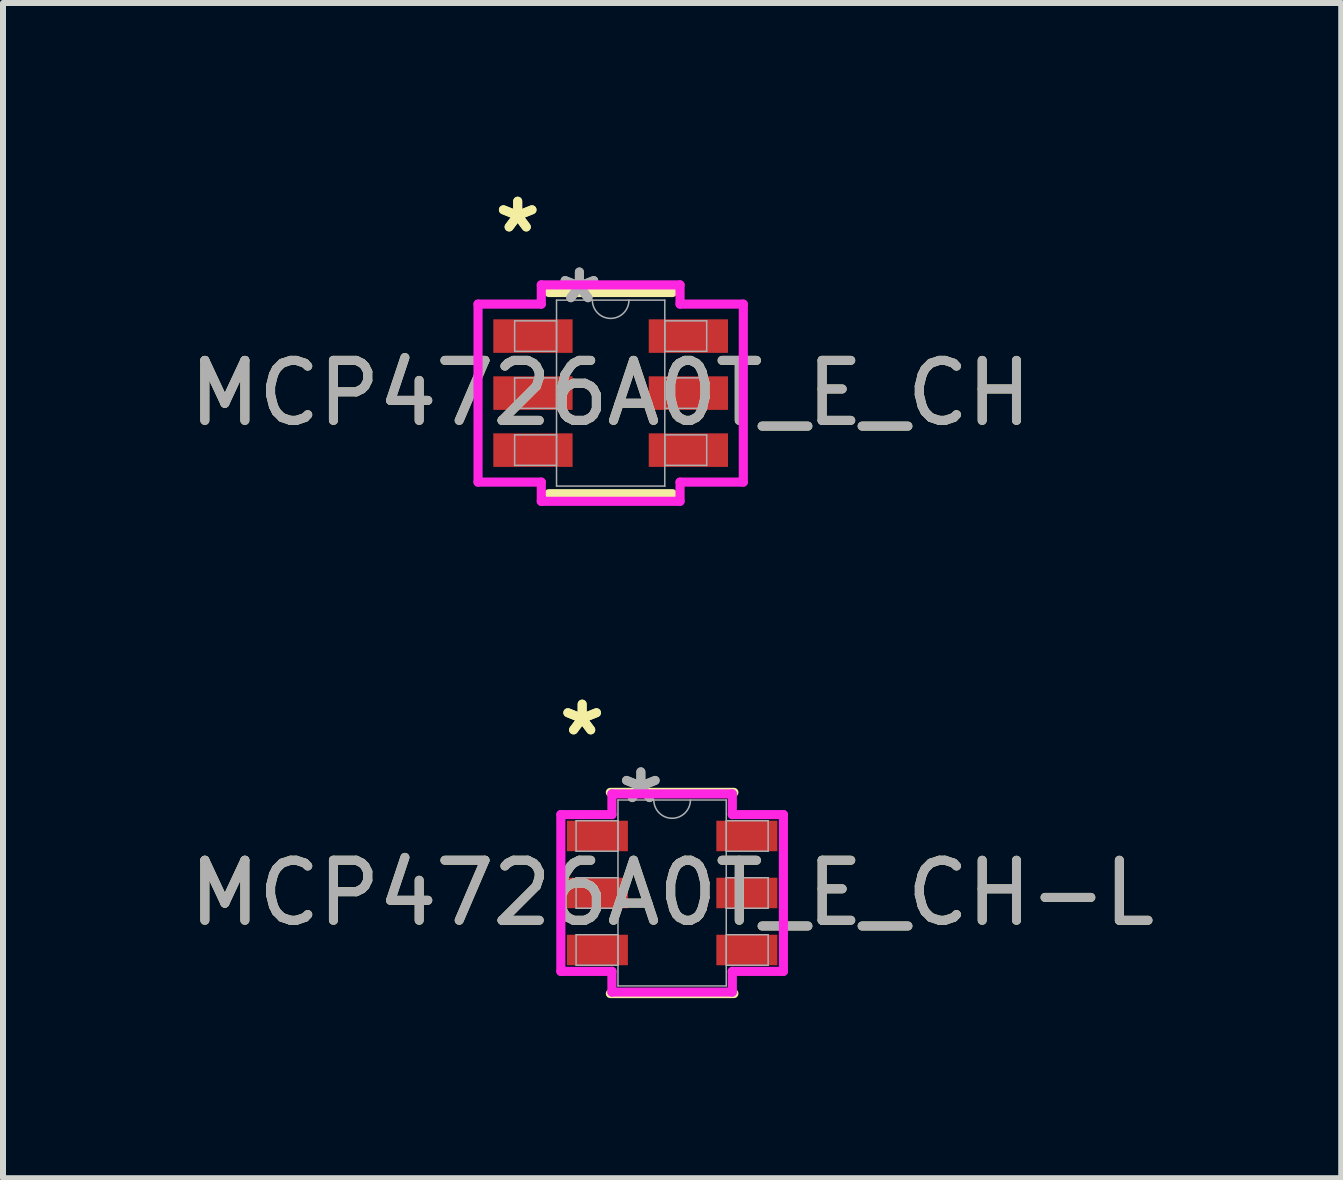
<source format=kicad_pcb>
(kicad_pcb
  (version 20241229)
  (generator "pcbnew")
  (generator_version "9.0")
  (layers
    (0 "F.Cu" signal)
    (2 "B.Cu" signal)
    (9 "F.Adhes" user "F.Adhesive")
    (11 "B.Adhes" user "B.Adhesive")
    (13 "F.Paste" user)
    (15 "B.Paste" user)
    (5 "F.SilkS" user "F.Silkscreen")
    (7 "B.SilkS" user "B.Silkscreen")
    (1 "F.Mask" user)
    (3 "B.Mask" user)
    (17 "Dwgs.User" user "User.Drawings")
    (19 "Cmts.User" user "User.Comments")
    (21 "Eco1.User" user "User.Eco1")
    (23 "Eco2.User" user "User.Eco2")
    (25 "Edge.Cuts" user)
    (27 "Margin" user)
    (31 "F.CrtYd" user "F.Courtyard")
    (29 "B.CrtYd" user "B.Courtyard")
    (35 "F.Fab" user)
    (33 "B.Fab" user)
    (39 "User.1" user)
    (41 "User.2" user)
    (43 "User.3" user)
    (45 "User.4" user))
  (footprint "MCP4726A0T_E_CH-L"
    (layer "F.Cu")
    (at 8.149 11.829)
    (property "Reference" "MCP4726A0T_E_CH-L" (at 0 0 0) (unlocked yes) (layer "F.SilkS") (effects (font (size 1 1) (thickness 0.15))))
    (attr smd)
    (fp_line (start -1.029 1.676) (end 1.029 1.676) (stroke (width 0.152) (type solid)) (layer "F.SilkS"))
    (fp_line (start 1.029 -1.676) (end -1.029 -1.676) (stroke (width 0.152) (type solid)) (layer "F.SilkS"))
    (fp_line (start -1.854 -1.306) (end -1.003 -1.306) (stroke (width 0.152) (type solid)) (layer "F.CrtYd"))
    (fp_line (start -1.854 1.306) (end -1.854 -1.306) (stroke (width 0.152) (type solid)) (layer "F.CrtYd"))
    (fp_line (start -1.854 1.306) (end -1.003 1.306) (stroke (width 0.152) (type solid)) (layer "F.CrtYd"))
    (fp_line (start -1.003 -1.651) (end 1.003 -1.651) (stroke (width 0.152) (type solid)) (layer "F.CrtYd"))
    (fp_line (start -1.003 -1.306) (end -1.003 -1.651) (stroke (width 0.152) (type solid)) (layer "F.CrtYd"))
    (fp_line (start -1.003 1.651) (end -1.003 1.306) (stroke (width 0.152) (type solid)) (layer "F.CrtYd"))
    (fp_line (start 1.003 -1.651) (end 1.003 -1.306) (stroke (width 0.152) (type solid)) (layer "F.CrtYd"))
    (fp_line (start 1.003 1.306) (end 1.003 1.651) (stroke (width 0.152) (type solid)) (layer "F.CrtYd"))
    (fp_line (start 1.003 1.651) (end -1.003 1.651) (stroke (width 0.152) (type solid)) (layer "F.CrtYd"))
    (fp_line (start 1.854 -1.306) (end 1.003 -1.306) (stroke (width 0.152) (type solid)) (layer "F.CrtYd"))
    (fp_line (start 1.854 -1.306) (end 1.854 1.306) (stroke (width 0.152) (type solid)) (layer "F.CrtYd"))
    (fp_line (start 1.854 1.306) (end 1.003 1.306) (stroke (width 0.152) (type solid)) (layer "F.CrtYd"))
    (fp_line (start -1.6 -1.204) (end -1.6 -0.696) (stroke (width 0.025) (type solid)) (layer "F.Fab"))
    (fp_line (start -1.6 -0.696) (end -0.902 -0.696) (stroke (width 0.025) (type solid)) (layer "F.Fab"))
    (fp_line (start -1.6 -0.254) (end -1.6 0.254) (stroke (width 0.025) (type solid)) (layer "F.Fab"))
    (fp_line (start -1.6 0.254) (end -0.902 0.254) (stroke (width 0.025) (type solid)) (layer "F.Fab"))
    (fp_line (start -1.6 0.696) (end -1.6 1.204) (stroke (width 0.025) (type solid)) (layer "F.Fab"))
    (fp_line (start -1.6 1.204) (end -0.902 1.204) (stroke (width 0.025) (type solid)) (layer "F.Fab"))
    (fp_line (start -0.902 -1.549) (end -0.902 1.549) (stroke (width 0.025) (type solid)) (layer "F.Fab"))
    (fp_line (start -0.902 -1.204) (end -1.6 -1.204) (stroke (width 0.025) (type solid)) (layer "F.Fab"))
    (fp_line (start -0.902 -0.696) (end -0.902 -1.204) (stroke (width 0.025) (type solid)) (layer "F.Fab"))
    (fp_line (start -0.902 -0.254) (end -1.6 -0.254) (stroke (width 0.025) (type solid)) (layer "F.Fab"))
    (fp_line (start -0.902 0.254) (end -0.902 -0.254) (stroke (width 0.025) (type solid)) (layer "F.Fab"))
    (fp_line (start -0.902 0.696) (end -1.6 0.696) (stroke (width 0.025) (type solid)) (layer "F.Fab"))
    (fp_line (start -0.902 1.204) (end -0.902 0.696) (stroke (width 0.025) (type solid)) (layer "F.Fab"))
    (fp_line (start -0.902 1.549) (end 0.902 1.549) (stroke (width 0.025) (type solid)) (layer "F.Fab"))
    (fp_line (start 0.902 -1.549) (end -0.902 -1.549) (stroke (width 0.025) (type solid)) (layer "F.Fab"))
    (fp_line (start 0.902 -1.204) (end 0.902 -0.696) (stroke (width 0.025) (type solid)) (layer "F.Fab"))
    (fp_line (start 0.902 -0.696) (end 1.6 -0.696) (stroke (width 0.025) (type solid)) (layer "F.Fab"))
    (fp_line (start 0.902 -0.254) (end 0.902 0.254) (stroke (width 0.025) (type solid)) (layer "F.Fab"))
    (fp_line (start 0.902 0.254) (end 1.6 0.254) (stroke (width 0.025) (type solid)) (layer "F.Fab"))
    (fp_line (start 0.902 0.696) (end 0.902 1.204) (stroke (width 0.025) (type solid)) (layer "F.Fab"))
    (fp_line (start 0.902 1.204) (end 1.6 1.204) (stroke (width 0.025) (type solid)) (layer "F.Fab"))
    (fp_line (start 0.902 1.549) (end 0.902 -1.549) (stroke (width 0.025) (type solid)) (layer "F.Fab"))
    (fp_line (start 1.6 -1.204) (end 0.902 -1.204) (stroke (width 0.025) (type solid)) (layer "F.Fab"))
    (fp_line (start 1.6 -0.696) (end 1.6 -1.204) (stroke (width 0.025) (type solid)) (layer "F.Fab"))
    (fp_line (start 1.6 -0.254) (end 0.902 -0.254) (stroke (width 0.025) (type solid)) (layer "F.Fab"))
    (fp_line (start 1.6 0.254) (end 1.6 -0.254) (stroke (width 0.025) (type solid)) (layer "F.Fab"))
    (fp_line (start 1.6 0.696) (end 0.902 0.696) (stroke (width 0.025) (type solid)) (layer "F.Fab"))
    (fp_line (start 1.6 1.204) (end 1.6 0.696) (stroke (width 0.025) (type solid)) (layer "F.Fab"))
    (fp_arc (start 0.3048 -1.5494) (mid 0 -1.2446) (end -0.3048 -1.5494) (stroke (width 0.0254) (type solid)) (layer "F.Fab"))
    (fp_text user "*" (at -1.499 -2.601 0) (layer "F.SilkS") (effects (font (size 1 1) (thickness 0.15))))
    (fp_text user "*" (at -1.499 -2.601 0) (unlocked yes) (layer "F.SilkS") (effects (font (size 1 1) (thickness 0.15))))
    (fp_text user "*" (at -0.521 -1.473 0) (layer "F.Fab") (effects (font (size 1 1) (thickness 0.15))))
    (fp_text user "*" (at -0.521 -1.473 0) (unlocked yes) (layer "F.Fab") (effects (font (size 1 1) (thickness 0.15))))
    (fp_text user "${REFERENCE}" (at 0 0 0) (unlocked yes) (layer "F.Fab") (effects (font (size 1 1) (thickness 0.15))))
    (pad "1" smd rect (at -1.245 -0.95) (size 1.016 0.508) (layers "F.Cu" "F.Mask" "F.Paste"))
    (pad "2" smd rect (at -1.245 0) (size 1.016 0.508) (layers "F.Cu" "F.Mask" "F.Paste"))
    (pad "3" smd rect (at -1.245 0.95) (size 1.016 0.508) (layers "F.Cu" "F.Mask" "F.Paste"))
    (pad "4" smd rect (at 1.245 0.95) (size 1.016 0.508) (layers "F.Cu" "F.Mask" "F.Paste"))
    (pad "5" smd rect (at 1.245 0) (size 1.016 0.508) (layers "F.Cu" "F.Mask" "F.Paste"))
    (pad "6" smd rect (at 1.245 -0.95) (size 1.016 0.508) (layers "F.Cu" "F.Mask" "F.Paste")))
  (footprint "MCP4726A0T_E_CH"
    (layer "F.Cu")
    (at 7.125 3.5)
    (property "Reference" "MCP4726A0T_E_CH" (at 0 0 0) (unlocked yes) (layer "F.SilkS") (effects (font (size 1 1) (thickness 0.15))))
    (attr smd)
    (fp_line (start -1.029 1.676) (end 1.029 1.676) (stroke (width 0.152) (type solid)) (layer "F.SilkS"))
    (fp_line (start 1.029 -1.676) (end -1.029 -1.676) (stroke (width 0.152) (type solid)) (layer "F.SilkS"))
    (fp_line (start -2.21 -1.483) (end -1.156 -1.483) (stroke (width 0.152) (type solid)) (layer "F.CrtYd"))
    (fp_line (start -2.21 1.483) (end -2.21 -1.483) (stroke (width 0.152) (type solid)) (layer "F.CrtYd"))
    (fp_line (start -2.21 1.483) (end -1.156 1.483) (stroke (width 0.152) (type solid)) (layer "F.CrtYd"))
    (fp_line (start -1.156 -1.803) (end 1.156 -1.803) (stroke (width 0.152) (type solid)) (layer "F.CrtYd"))
    (fp_line (start -1.156 -1.483) (end -1.156 -1.803) (stroke (width 0.152) (type solid)) (layer "F.CrtYd"))
    (fp_line (start -1.156 1.803) (end -1.156 1.483) (stroke (width 0.152) (type solid)) (layer "F.CrtYd"))
    (fp_line (start 1.156 -1.803) (end 1.156 -1.483) (stroke (width 0.152) (type solid)) (layer "F.CrtYd"))
    (fp_line (start 1.156 1.483) (end 1.156 1.803) (stroke (width 0.152) (type solid)) (layer "F.CrtYd"))
    (fp_line (start 1.156 1.803) (end -1.156 1.803) (stroke (width 0.152) (type solid)) (layer "F.CrtYd"))
    (fp_line (start 2.21 -1.483) (end 1.156 -1.483) (stroke (width 0.152) (type solid)) (layer "F.CrtYd"))
    (fp_line (start 2.21 -1.483) (end 2.21 1.483) (stroke (width 0.152) (type solid)) (layer "F.CrtYd"))
    (fp_line (start 2.21 1.483) (end 1.156 1.483) (stroke (width 0.152) (type solid)) (layer "F.CrtYd"))
    (fp_line (start -1.6 -1.204) (end -1.6 -0.696) (stroke (width 0.025) (type solid)) (layer "F.Fab"))
    (fp_line (start -1.6 -0.696) (end -0.902 -0.696) (stroke (width 0.025) (type solid)) (layer "F.Fab"))
    (fp_line (start -1.6 -0.254) (end -1.6 0.254) (stroke (width 0.025) (type solid)) (layer "F.Fab"))
    (fp_line (start -1.6 0.254) (end -0.902 0.254) (stroke (width 0.025) (type solid)) (layer "F.Fab"))
    (fp_line (start -1.6 0.696) (end -1.6 1.204) (stroke (width 0.025) (type solid)) (layer "F.Fab"))
    (fp_line (start -1.6 1.204) (end -0.902 1.204) (stroke (width 0.025) (type solid)) (layer "F.Fab"))
    (fp_line (start -0.902 -1.549) (end -0.902 1.549) (stroke (width 0.025) (type solid)) (layer "F.Fab"))
    (fp_line (start -0.902 -1.204) (end -1.6 -1.204) (stroke (width 0.025) (type solid)) (layer "F.Fab"))
    (fp_line (start -0.902 -0.696) (end -0.902 -1.204) (stroke (width 0.025) (type solid)) (layer "F.Fab"))
    (fp_line (start -0.902 -0.254) (end -1.6 -0.254) (stroke (width 0.025) (type solid)) (layer "F.Fab"))
    (fp_line (start -0.902 0.254) (end -0.902 -0.254) (stroke (width 0.025) (type solid)) (layer "F.Fab"))
    (fp_line (start -0.902 0.696) (end -1.6 0.696) (stroke (width 0.025) (type solid)) (layer "F.Fab"))
    (fp_line (start -0.902 1.204) (end -0.902 0.696) (stroke (width 0.025) (type solid)) (layer "F.Fab"))
    (fp_line (start -0.902 1.549) (end 0.902 1.549) (stroke (width 0.025) (type solid)) (layer "F.Fab"))
    (fp_line (start 0.902 -1.549) (end -0.902 -1.549) (stroke (width 0.025) (type solid)) (layer "F.Fab"))
    (fp_line (start 0.902 -1.204) (end 0.902 -0.696) (stroke (width 0.025) (type solid)) (layer "F.Fab"))
    (fp_line (start 0.902 -0.696) (end 1.6 -0.696) (stroke (width 0.025) (type solid)) (layer "F.Fab"))
    (fp_line (start 0.902 -0.254) (end 0.902 0.254) (stroke (width 0.025) (type solid)) (layer "F.Fab"))
    (fp_line (start 0.902 0.254) (end 1.6 0.254) (stroke (width 0.025) (type solid)) (layer "F.Fab"))
    (fp_line (start 0.902 0.696) (end 0.902 1.204) (stroke (width 0.025) (type solid)) (layer "F.Fab"))
    (fp_line (start 0.902 1.204) (end 1.6 1.204) (stroke (width 0.025) (type solid)) (layer "F.Fab"))
    (fp_line (start 0.902 1.549) (end 0.902 -1.549) (stroke (width 0.025) (type solid)) (layer "F.Fab"))
    (fp_line (start 1.6 -1.204) (end 0.902 -1.204) (stroke (width 0.025) (type solid)) (layer "F.Fab"))
    (fp_line (start 1.6 -0.696) (end 1.6 -1.204) (stroke (width 0.025) (type solid)) (layer "F.Fab"))
    (fp_line (start 1.6 -0.254) (end 0.902 -0.254) (stroke (width 0.025) (type solid)) (layer "F.Fab"))
    (fp_line (start 1.6 0.254) (end 1.6 -0.254) (stroke (width 0.025) (type solid)) (layer "F.Fab"))
    (fp_line (start 1.6 0.696) (end 0.902 0.696) (stroke (width 0.025) (type solid)) (layer "F.Fab"))
    (fp_line (start 1.6 1.204) (end 1.6 0.696) (stroke (width 0.025) (type solid)) (layer "F.Fab"))
    (fp_arc (start 0.3048 -1.5494) (mid 0 -1.2446) (end -0.3048 -1.5494) (stroke (width 0.0254) (type solid)) (layer "F.Fab"))
    (fp_text user "*" (at -1.549 -2.652 0) (layer "F.SilkS") (effects (font (size 1 1) (thickness 0.15))))
    (fp_text user "*" (at -1.549 -2.652 0) (unlocked yes) (layer "F.SilkS") (effects (font (size 1 1) (thickness 0.15))))
    (fp_text user "*" (at -0.521 -1.473 0) (layer "F.Fab") (effects (font (size 1 1) (thickness 0.15))))
    (fp_text user "${REFERENCE}" (at 0 0 0) (unlocked yes) (layer "F.Fab") (effects (font (size 1 1) (thickness 0.15))))
    (fp_text user "*" (at -0.521 -1.473 0) (unlocked yes) (layer "F.Fab") (effects (font (size 1 1) (thickness 0.15))))
    (pad "1" smd rect (at -1.295 -0.95) (size 1.321 0.559) (layers "F.Cu" "F.Mask" "F.Paste"))
    (pad "2" smd rect (at -1.295 0) (size 1.321 0.559) (layers "F.Cu" "F.Mask" "F.Paste"))
    (pad "3" smd rect (at -1.295 0.95) (size 1.321 0.559) (layers "F.Cu" "F.Mask" "F.Paste"))
    (pad "4" smd rect (at 1.295 0.95) (size 1.321 0.559) (layers "F.Cu" "F.Mask" "F.Paste"))
    (pad "5" smd rect (at 1.295 0) (size 1.321 0.559) (layers "F.Cu" "F.Mask" "F.Paste"))
    (pad "6" smd rect (at 1.295 -0.95) (size 1.321 0.559) (layers "F.Cu" "F.Mask" "F.Paste")))
  (gr_rect
    (start -3 -3)
    (end 19.298 16.581)
    (stroke (width 0.1) (type default))
    (fill no)
    (layer "Edge.Cuts")))
</source>
